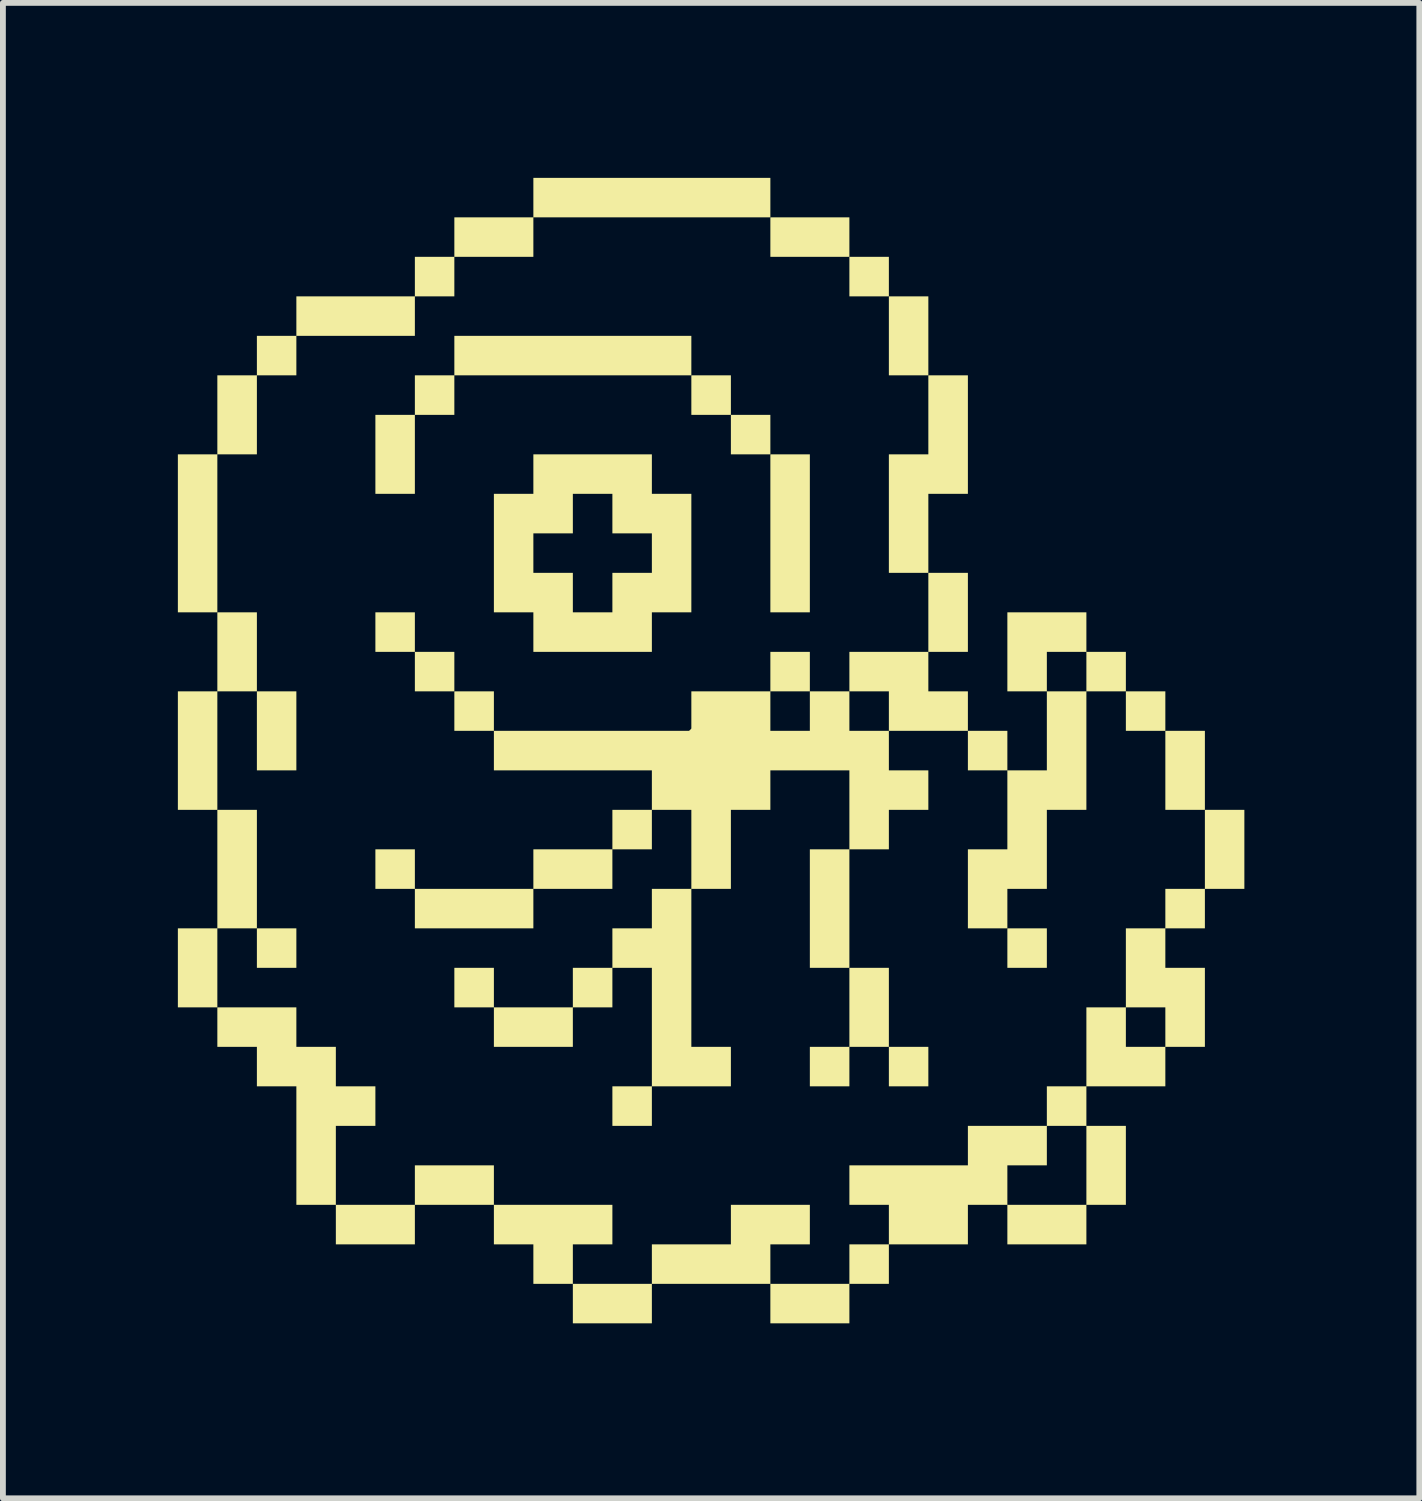
<source format=kicad_pcb>
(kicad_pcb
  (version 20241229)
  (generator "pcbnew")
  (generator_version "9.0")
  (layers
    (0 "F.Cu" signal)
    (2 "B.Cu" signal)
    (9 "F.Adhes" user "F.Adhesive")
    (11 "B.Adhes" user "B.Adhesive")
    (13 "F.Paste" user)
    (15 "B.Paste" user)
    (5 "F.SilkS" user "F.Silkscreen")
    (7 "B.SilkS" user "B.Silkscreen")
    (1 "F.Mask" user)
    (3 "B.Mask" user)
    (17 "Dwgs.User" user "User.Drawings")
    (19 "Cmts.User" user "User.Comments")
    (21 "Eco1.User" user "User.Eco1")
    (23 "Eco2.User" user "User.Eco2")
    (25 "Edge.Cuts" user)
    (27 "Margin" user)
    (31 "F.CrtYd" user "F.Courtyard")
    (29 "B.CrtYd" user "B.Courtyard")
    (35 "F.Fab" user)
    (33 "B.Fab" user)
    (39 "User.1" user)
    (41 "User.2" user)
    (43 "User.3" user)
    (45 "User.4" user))
  (footprint "d"
    (layer "F.Cu")
    (at 9.144 9.821)
    (property "Reference" "d" (at 0 0 0) (layer "F.SilkS") (effects (font (size 1.5 1.5) (thickness 0.3))))
    (attr board_only exclude_from_pos_files exclude_from_bom)
    (fp_poly (pts (xy -7.112 -0.339) (xy -7.112 0.339) (xy -7.451 0.339) (xy -7.789 0.339) (xy -7.789 -0.339) (xy -7.789 -1.016) (xy -7.451 -1.016) (xy -7.112 -1.016)) (stroke (width 0) (type solid)) (fill yes) (layer "F.SilkS"))
    (fp_poly (pts (xy -7.112 3.387) (xy -7.112 3.725) (xy -7.451 3.725) (xy -7.789 3.725) (xy -7.789 3.387) (xy -7.789 3.048) (xy -7.451 3.048) (xy -7.112 3.048)) (stroke (width 0) (type solid)) (fill yes) (layer "F.SilkS"))
    (fp_poly (pts (xy -5.08 -2.032) (xy -5.08 -1.693) (xy -5.419 -1.693) (xy -5.757 -1.693) (xy -5.757 -2.032) (xy -5.757 -2.371) (xy -5.419 -2.371) (xy -5.08 -2.371)) (stroke (width 0) (type solid)) (fill yes) (layer "F.SilkS"))
    (fp_poly (pts (xy -4.403 -1.355) (xy -4.403 -1.016) (xy -4.741 -1.016) (xy -5.08 -1.016) (xy -5.08 -1.355) (xy -5.08 -1.693) (xy -4.741 -1.693) (xy -4.403 -1.693)) (stroke (width 0) (type solid)) (fill yes) (layer "F.SilkS"))
    (fp_poly (pts (xy 0.339 -6.096) (xy 0.339 -5.757) (xy 0 -5.757) (xy -0.339 -5.757) (xy -0.339 -6.096) (xy -0.339 -6.435) (xy 0 -6.435) (xy 0.339 -6.435)) (stroke (width 0) (type solid)) (fill yes) (layer "F.SilkS"))
    (fp_poly (pts (xy 1.016 -5.419) (xy 1.016 -5.08) (xy 0.677 -5.08) (xy 0.339 -5.08) (xy 0.339 -5.419) (xy 0.339 -5.757) (xy 0.677 -5.757) (xy 1.016 -5.757)) (stroke (width 0) (type solid)) (fill yes) (layer "F.SilkS"))
    (fp_poly (pts (xy 1.693 -3.725) (xy 1.693 -2.371) (xy 1.355 -2.371) (xy 1.016 -2.371) (xy 1.016 -3.725) (xy 1.016 -5.08) (xy 1.355 -5.08) (xy 1.693 -5.08)) (stroke (width 0) (type solid)) (fill yes) (layer "F.SilkS"))
    (fp_poly (pts (xy 2.371 -8.805) (xy 2.371 -8.467) (xy 1.693 -8.467) (xy 1.016 -8.467) (xy 1.016 -8.805) (xy 1.016 -9.144) (xy 1.693 -9.144) (xy 2.371 -9.144)) (stroke (width 0) (type solid)) (fill yes) (layer "F.SilkS"))
    (fp_poly (pts (xy 3.048 -8.128) (xy 3.048 -7.789) (xy 2.709 -7.789) (xy 2.371 -7.789) (xy 2.371 -8.128) (xy 2.371 -8.467) (xy 2.709 -8.467) (xy 3.048 -8.467)) (stroke (width 0) (type solid)) (fill yes) (layer "F.SilkS"))
    (fp_poly (pts (xy 3.725 -7.112) (xy 3.725 -6.435) (xy 3.387 -6.435) (xy 3.048 -6.435) (xy 3.048 -7.112) (xy 3.048 -7.789) (xy 3.387 -7.789) (xy 3.725 -7.789)) (stroke (width 0) (type solid)) (fill yes) (layer "F.SilkS"))
    (fp_poly (pts (xy 3.725 5.419) (xy 3.725 5.757) (xy 3.387 5.757) (xy 3.048 5.757) (xy 3.048 5.419) (xy 3.048 5.08) (xy 3.387 5.08) (xy 3.725 5.08)) (stroke (width 0) (type solid)) (fill yes) (layer "F.SilkS"))
    (fp_poly (pts (xy 5.757 3.387) (xy 5.757 3.725) (xy 5.419 3.725) (xy 5.08 3.725) (xy 5.08 3.387) (xy 5.08 3.048) (xy 5.419 3.048) (xy 5.757 3.048)) (stroke (width 0) (type solid)) (fill yes) (layer "F.SilkS"))
    (fp_poly (pts (xy 7.789 -0.677) (xy 7.789 -0.339) (xy 7.451 -0.339) (xy 7.112 -0.339) (xy 7.112 -0.677) (xy 7.112 -1.016) (xy 7.451 -1.016) (xy 7.789 -1.016)) (stroke (width 0) (type solid)) (fill yes) (layer "F.SilkS"))
    (fp_poly (pts (xy 8.467 0.339) (xy 8.467 1.016) (xy 8.128 1.016) (xy 7.789 1.016) (xy 7.789 0.339) (xy 7.789 -0.339) (xy 8.128 -0.339) (xy 8.467 -0.339)) (stroke (width 0) (type solid)) (fill yes) (layer "F.SilkS"))
    (fp_poly (pts (xy -7.789 -1.693) (xy -7.789 -1.016) (xy -8.128 -1.016) (xy -8.467 -1.016) (xy -8.467 0) (xy -8.467 1.016) (xy -8.805 1.016) (xy -9.144 1.016) (xy -9.144 0) (xy -9.144 -1.016) (xy -8.805 -1.016) (xy -8.467 -1.016) (xy -8.467 -1.693) (xy -8.467 -2.371) (xy -8.128 -2.371) (xy -7.789 -2.371)) (stroke (width 0) (type solid)) (fill yes) (layer "F.SilkS"))
    (fp_poly (pts (xy -7.789 2.032) (xy -7.789 3.048) (xy -8.128 3.048) (xy -8.467 3.048) (xy -8.467 3.725) (xy -8.467 4.403) (xy -8.805 4.403) (xy -9.144 4.403) (xy -9.144 3.725) (xy -9.144 3.048) (xy -8.805 3.048) (xy -8.467 3.048) (xy -8.467 2.032) (xy -8.467 1.016) (xy -8.128 1.016) (xy -7.789 1.016)) (stroke (width 0) (type solid)) (fill yes) (layer "F.SilkS"))
    (fp_poly (pts (xy 3.048 4.403) (xy 3.048 5.08) (xy 2.709 5.08) (xy 2.371 5.08) (xy 2.371 5.419) (xy 2.371 5.757) (xy 2.032 5.757) (xy 1.693 5.757) (xy 1.693 5.419) (xy 1.693 5.08) (xy 2.032 5.08) (xy 2.371 5.08) (xy 2.371 4.403) (xy 2.371 3.725) (xy 2.709 3.725) (xy 3.048 3.725)) (stroke (width 0) (type solid)) (fill yes) (layer "F.SilkS"))
    (fp_poly (pts (xy 4.403 -5.419) (xy 4.403 -4.403) (xy 4.064 -4.403) (xy 3.725 -4.403) (xy 3.725 -3.725) (xy 3.725 -3.048) (xy 3.387 -3.048) (xy 3.048 -3.048) (xy 3.048 -4.064) (xy 3.048 -5.08) (xy 3.387 -5.08) (xy 3.725 -5.08) (xy 3.725 -5.757) (xy 3.725 -6.435) (xy 4.064 -6.435) (xy 4.403 -6.435)) (stroke (width 0) (type solid)) (fill yes) (layer "F.SilkS"))
    (fp_poly (pts (xy -0.339 -6.773) (xy -0.339 -6.435) (xy -2.371 -6.435) (xy -4.403 -6.435) (xy -4.403 -6.096) (xy -4.403 -5.757) (xy -4.741 -5.757) (xy -5.08 -5.757) (xy -5.08 -5.08) (xy -5.08 -4.403) (xy -5.419 -4.403) (xy -5.757 -4.403) (xy -5.757 -5.08) (xy -5.757 -5.757) (xy -5.419 -5.757) (xy -5.08 -5.757) (xy -5.08 -6.096) (xy -5.08 -6.435) (xy -4.741 -6.435) (xy -4.403 -6.435) (xy -4.403 -6.773) (xy -4.403 -7.112) (xy -2.371 -7.112) (xy -0.339 -7.112)) (stroke (width 0) (type solid)) (fill yes) (layer "F.SilkS"))
    (fp_poly (pts (xy 4.403 -2.371) (xy 4.403 -1.693) (xy 4.064 -1.693) (xy 3.725 -1.693) (xy 3.725 -1.355) (xy 3.725 -1.016) (xy 4.064 -1.016) (xy 4.403 -1.016) (xy 4.403 -0.677) (xy 4.403 -0.339) (xy 3.725 -0.339) (xy 3.048 -0.339) (xy 3.048 -0.677) (xy 3.048 -1.016) (xy 2.709 -1.016) (xy 2.371 -1.016) (xy 2.371 -1.355) (xy 2.371 -1.693) (xy 3.048 -1.693) (xy 3.725 -1.693) (xy 3.725 -2.371) (xy 3.725 -3.048) (xy 4.064 -3.048) (xy 4.403 -3.048)) (stroke (width 0) (type solid)) (fill yes) (layer "F.SilkS"))
    (fp_poly (pts (xy -7.112 4.741) (xy -7.112 5.08) (xy -6.773 5.08) (xy -6.435 5.08) (xy -6.435 5.419) (xy -6.435 5.757) (xy -6.096 5.757) (xy -5.757 5.757) (xy -5.757 6.096) (xy -5.757 6.435) (xy -6.096 6.435) (xy -6.435 6.435) (xy -6.435 7.112) (xy -6.435 7.789) (xy -5.757 7.789) (xy -5.08 7.789) (xy -5.08 7.451) (xy -5.08 7.112) (xy -4.403 7.112) (xy -3.725 7.112) (xy -3.725 7.451) (xy -3.725 7.789) (xy -4.403 7.789) (xy -5.08 7.789) (xy -5.08 8.128) (xy -5.08 8.467) (xy -5.757 8.467) (xy -6.435 8.467) (xy -6.435 8.128) (xy -6.435 7.789) (xy -6.773 7.789) (xy -7.112 7.789) (xy -7.112 6.773) (xy -7.112 5.757) (xy -7.451 5.757) (xy -7.789 5.757) (xy -7.789 5.419) (xy -7.789 5.08) (xy -8.128 5.08) (xy -8.467 5.08) (xy -8.467 4.741) (xy -8.467 4.403) (xy -7.789 4.403) (xy -7.112 4.403)) (stroke (width 0) (type solid)) (fill yes) (layer "F.SilkS"))
    (fp_poly (pts (xy -1.016 -4.741) (xy -1.016 -4.403) (xy -0.677 -4.403) (xy -0.339 -4.403) (xy -0.339 -3.387) (xy -0.339 -2.371) (xy -0.677 -2.371) (xy -1.016 -2.371) (xy -1.016 -2.032) (xy -1.016 -1.693) (xy -2.032 -1.693) (xy -3.048 -1.693) (xy -3.048 -2.032) (xy -3.048 -2.371) (xy -3.387 -2.371) (xy -3.725 -2.371) (xy -3.725 -3.387) (xy -3.725 -3.725) (xy -3.048 -3.725) (xy -3.048 -3.387) (xy -3.048 -3.048) (xy -2.709 -3.048) (xy -2.371 -3.048) (xy -2.371 -2.709) (xy -2.371 -2.371) (xy -2.032 -2.371) (xy -1.693 -2.371) (xy -1.693 -2.709) (xy -1.693 -3.048) (xy -1.355 -3.048) (xy -1.016 -3.048) (xy -1.016 -3.387) (xy -1.016 -3.725) (xy -1.355 -3.725) (xy -1.693 -3.725) (xy -1.693 -4.064) (xy -1.693 -4.403) (xy -2.032 -4.403) (xy -2.371 -4.403) (xy -2.371 -4.064) (xy -2.371 -3.725) (xy -2.709 -3.725) (xy -3.048 -3.725) (xy -3.725 -3.725) (xy -3.725 -4.403) (xy -3.387 -4.403) (xy -3.048 -4.403) (xy -3.048 -4.741) (xy -3.048 -5.08) (xy -2.032 -5.08) (xy -1.016 -5.08)) (stroke (width 0) (type solid)) (fill yes) (layer "F.SilkS"))
    (fp_poly (pts (xy 6.435 -2.032) (xy 6.435 -1.693) (xy 6.096 -1.693) (xy 5.757 -1.693) (xy 5.757 -1.355) (xy 5.757 -1.016) (xy 6.096 -1.016) (xy 6.435 -1.016) (xy 6.435 -1.355) (xy 6.435 -1.693) (xy 6.773 -1.693) (xy 7.112 -1.693) (xy 7.112 -1.355) (xy 7.112 -1.016) (xy 6.773 -1.016) (xy 6.435 -1.016) (xy 6.435 0) (xy 6.435 1.016) (xy 6.096 1.016) (xy 5.757 1.016) (xy 5.757 1.693) (xy 5.757 2.371) (xy 5.419 2.371) (xy 5.08 2.371) (xy 5.08 2.709) (xy 5.08 3.048) (xy 4.741 3.048) (xy 4.403 3.048) (xy 4.403 2.371) (xy 4.403 1.693) (xy 4.741 1.693) (xy 5.08 1.693) (xy 5.08 1.016) (xy 5.08 0.339) (xy 4.741 0.339) (xy 4.403 0.339) (xy 4.403 0) (xy 4.403 -0.339) (xy 4.741 -0.339) (xy 5.08 -0.339) (xy 5.08 0) (xy 5.08 0.339) (xy 5.419 0.339) (xy 5.757 0.339) (xy 5.757 -0.339) (xy 5.757 -1.016) (xy 5.419 -1.016) (xy 5.08 -1.016) (xy 5.08 -1.693) (xy 5.08 -2.371) (xy 5.757 -2.371) (xy 6.435 -2.371)) (stroke (width 0) (type solid)) (fill yes) (layer "F.SilkS"))
    (fp_poly (pts (xy 1.016 -9.483) (xy 1.016 -9.144) (xy -1.016 -9.144) (xy -3.048 -9.144) (xy -3.048 -8.805) (xy -3.048 -8.467) (xy -3.725 -8.467) (xy -4.403 -8.467) (xy -4.403 -8.128) (xy -4.403 -7.789) (xy -4.741 -7.789) (xy -5.08 -7.789) (xy -5.08 -7.451) (xy -5.08 -7.112) (xy -6.096 -7.112) (xy -7.112 -7.112) (xy -7.112 -6.773) (xy -7.112 -6.435) (xy -7.451 -6.435) (xy -7.789 -6.435) (xy -7.789 -5.757) (xy -7.789 -5.08) (xy -8.128 -5.08) (xy -8.467 -5.08) (xy -8.467 -3.725) (xy -8.467 -2.371) (xy -8.805 -2.371) (xy -9.144 -2.371) (xy -9.144 -3.725) (xy -9.144 -5.08) (xy -8.805 -5.08) (xy -8.467 -5.08) (xy -8.467 -5.757) (xy -8.467 -6.435) (xy -8.128 -6.435) (xy -7.789 -6.435) (xy -7.789 -6.773) (xy -7.789 -7.112) (xy -7.451 -7.112) (xy -7.112 -7.112) (xy -7.112 -7.451) (xy -7.112 -7.789) (xy -6.096 -7.789) (xy -5.08 -7.789) (xy -5.08 -8.128) (xy -5.08 -8.467) (xy -4.741 -8.467) (xy -4.403 -8.467) (xy -4.403 -8.805) (xy -4.403 -9.144) (xy -3.725 -9.144) (xy -3.048 -9.144) (xy -3.048 -9.483) (xy -3.048 -9.821) (xy -1.016 -9.821) (xy 1.016 -9.821)) (stroke (width 0) (type solid)) (fill yes) (layer "F.SilkS"))
    (fp_poly (pts (xy 9.144 1.693) (xy 9.144 2.371) (xy 8.805 2.371) (xy 8.467 2.371) (xy 8.467 2.709) (xy 8.467 3.048) (xy 8.128 3.048) (xy 7.789 3.048) (xy 7.789 3.387) (xy 7.789 3.725) (xy 8.128 3.725) (xy 8.467 3.725) (xy 8.467 4.403) (xy 8.467 5.08) (xy 8.128 5.08) (xy 7.789 5.08) (xy 7.789 5.419) (xy 7.789 5.757) (xy 7.112 5.757) (xy 6.435 5.757) (xy 6.435 6.096) (xy 6.435 6.435) (xy 6.096 6.435) (xy 5.757 6.435) (xy 5.757 6.773) (xy 5.757 7.112) (xy 5.419 7.112) (xy 5.08 7.112) (xy 5.08 7.451) (xy 5.08 7.789) (xy 5.757 7.789) (xy 6.435 7.789) (xy 6.435 7.112) (xy 6.435 6.435) (xy 6.773 6.435) (xy 7.112 6.435) (xy 7.112 7.112) (xy 7.112 7.789) (xy 6.773 7.789) (xy 6.435 7.789) (xy 6.435 8.128) (xy 6.435 8.467) (xy 5.757 8.467) (xy 5.08 8.467) (xy 5.08 8.128) (xy 5.08 7.789) (xy 4.741 7.789) (xy 4.403 7.789) (xy 4.403 8.128) (xy 4.403 8.467) (xy 3.725 8.467) (xy 3.048 8.467) (xy 3.048 8.805) (xy 3.048 9.144) (xy 2.709 9.144) (xy 2.371 9.144) (xy 2.371 9.483) (xy 2.371 9.821) (xy 1.693 9.821) (xy 1.016 9.821) (xy 1.016 9.483) (xy 1.016 9.144) (xy 0 9.144) (xy -1.016 9.144) (xy -1.016 9.483) (xy -1.016 9.821) (xy -1.693 9.821) (xy -2.371 9.821) (xy -2.371 9.483) (xy -2.371 9.144) (xy -2.709 9.144) (xy -3.048 9.144) (xy -3.048 8.805) (xy -3.048 8.467) (xy -3.387 8.467) (xy -3.725 8.467) (xy -3.725 8.128) (xy -3.725 7.789) (xy -2.709 7.789) (xy -1.693 7.789) (xy -1.693 8.128) (xy -1.693 8.467) (xy -2.032 8.467) (xy -2.371 8.467) (xy -2.371 8.805) (xy -2.371 9.144) (xy -1.693 9.144) (xy -1.016 9.144) (xy -1.016 8.805) (xy -1.016 8.467) (xy -0.339 8.467) (xy 0.339 8.467) (xy 0.339 8.128) (xy 0.339 7.789) (xy 1.016 7.789) (xy 1.693 7.789) (xy 1.693 8.128) (xy 1.693 8.467) (xy 1.355 8.467) (xy 1.016 8.467) (xy 1.016 8.805) (xy 1.016 9.144) (xy 1.693 9.144) (xy 2.371 9.144) (xy 2.371 8.805) (xy 2.371 8.467) (xy 2.709 8.467) (xy 3.048 8.467) (xy 3.048 8.128) (xy 3.048 7.789) (xy 2.709 7.789) (xy 2.371 7.789) (xy 2.371 7.451) (xy 2.371 7.112) (xy 3.387 7.112) (xy 4.403 7.112) (xy 4.403 6.773) (xy 4.403 6.435) (xy 5.08 6.435) (xy 5.757 6.435) (xy 5.757 6.096) (xy 5.757 5.757) (xy 6.096 5.757) (xy 6.435 5.757) (xy 6.435 5.08) (xy 6.435 4.741) (xy 7.112 4.741) (xy 7.112 5.08) (xy 7.451 5.08) (xy 7.789 5.08) (xy 7.789 4.741) (xy 7.789 4.403) (xy 7.451 4.403) (xy 7.112 4.403) (xy 7.112 4.741) (xy 6.435 4.741) (xy 6.435 4.403) (xy 6.773 4.403) (xy 7.112 4.403) (xy 7.112 3.725) (xy 7.112 3.048) (xy 7.451 3.048) (xy 7.789 3.048) (xy 7.789 2.709) (xy 7.789 2.371) (xy 8.128 2.371) (xy 8.467 2.371) (xy 8.467 1.693) (xy 8.467 1.016) (xy 8.805 1.016) (xy 9.144 1.016)) (stroke (width 0) (type solid)) (fill yes) (layer "F.SilkS"))
    (fp_poly (pts (xy 1.693 -1.355) (xy 1.693 -1.016) (xy 1.355 -1.016) (xy 1.016 -1.016) (xy 1.016 -0.677) (xy 1.016 -0.339) (xy 1.355 -0.339) (xy 1.693 -0.339) (xy 1.693 -0.677) (xy 1.693 -1.016) (xy 2.032 -1.016) (xy 2.371 -1.016) (xy 2.371 -0.677) (xy 2.371 -0.339) (xy 2.709 -0.339) (xy 3.048 -0.339) (xy 3.048 0) (xy 3.048 0.339) (xy 3.387 0.339) (xy 3.725 0.339) (xy 3.725 0.677) (xy 3.725 1.016) (xy 3.387 1.016) (xy 3.048 1.016) (xy 3.048 1.355) (xy 3.048 1.693) (xy 2.709 1.693) (xy 2.371 1.693) (xy 2.371 2.709) (xy 2.371 3.725) (xy 2.032 3.725) (xy 1.693 3.725) (xy 1.693 2.709) (xy 1.693 1.693) (xy 2.032 1.693) (xy 2.371 1.693) (xy 2.371 1.016) (xy 2.371 0.339) (xy 1.693 0.339) (xy 1.016 0.339) (xy 1.016 0.677) (xy 1.016 1.016) (xy 0.677 1.016) (xy 0.339 1.016) (xy 0.339 1.693) (xy 0.339 2.371) (xy 0 2.371) (xy -0.339 2.371) (xy -0.339 3.725) (xy -0.339 5.08) (xy 0 5.08) (xy 0.339 5.08) (xy 0.339 5.419) (xy 0.339 5.757) (xy -0.339 5.757) (xy -1.016 5.757) (xy -1.016 6.096) (xy -1.016 6.435) (xy -1.355 6.435) (xy -1.693 6.435) (xy -1.693 6.096) (xy -1.693 5.757) (xy -1.355 5.757) (xy -1.016 5.757) (xy -1.016 4.741) (xy -1.016 3.725) (xy -1.355 3.725) (xy -1.693 3.725) (xy -1.693 4.064) (xy -1.693 4.403) (xy -2.032 4.403) (xy -2.371 4.403) (xy -2.371 4.741) (xy -2.371 5.08) (xy -3.048 5.08) (xy -3.725 5.08) (xy -3.725 4.741) (xy -3.725 4.403) (xy -4.064 4.403) (xy -4.403 4.403) (xy -4.403 4.064) (xy -4.403 3.725) (xy -4.064 3.725) (xy -3.725 3.725) (xy -3.725 4.064) (xy -3.725 4.403) (xy -3.048 4.403) (xy -2.371 4.403) (xy -2.371 4.064) (xy -2.371 3.725) (xy -2.032 3.725) (xy -1.693 3.725) (xy -1.693 3.387) (xy -1.693 3.048) (xy -1.355 3.048) (xy -1.016 3.048) (xy -1.016 2.709) (xy -1.016 2.371) (xy -0.677 2.371) (xy -0.339 2.371) (xy -0.339 1.693) (xy -0.339 1.016) (xy -0.677 1.016) (xy -1.016 1.016) (xy -1.016 1.355) (xy -1.016 1.693) (xy -1.355 1.693) (xy -1.693 1.693) (xy -1.693 2.032) (xy -1.693 2.371) (xy -2.371 2.371) (xy -3.048 2.371) (xy -3.048 2.709) (xy -3.048 3.048) (xy -4.064 3.048) (xy -5.08 3.048) (xy -5.08 2.709) (xy -5.08 2.371) (xy -5.419 2.371) (xy -5.757 2.371) (xy -5.757 2.032) (xy -5.757 1.693) (xy -5.419 1.693) (xy -5.08 1.693) (xy -5.08 2.032) (xy -5.08 2.371) (xy -4.064 2.371) (xy -3.048 2.371) (xy -3.048 2.032) (xy -3.048 1.693) (xy -2.371 1.693) (xy -1.693 1.693) (xy -1.693 1.355) (xy -1.693 1.016) (xy -1.355 1.016) (xy -1.016 1.016) (xy -1.016 0.677) (xy -1.016 0.339) (xy -2.371 0.339) (xy -3.725 0.339) (xy -3.725 0) (xy -3.725 -0.339) (xy -4.064 -0.339) (xy -4.403 -0.339) (xy -4.403 -0.677) (xy -4.403 -1.016) (xy -4.064 -1.016) (xy -3.725 -1.016) (xy -3.725 -0.677) (xy -3.725 -0.339) (xy -2.032 -0.339) (xy -0.339 -0.339) (xy -0.339 -0.677) (xy -0.339 -1.016) (xy 0.339 -1.016) (xy 1.016 -1.016) (xy 1.016 -1.355) (xy 1.016 -1.693) (xy 1.355 -1.693) (xy 1.693 -1.693)) (stroke (width 0) (type solid)) (fill yes) (layer "F.SilkS")))
  (gr_rect
    (start -3 -3)
    (end 21.288 22.643)
    (stroke (width 0.1) (type default))
    (fill no)
    (layer "Edge.Cuts")))
</source>
